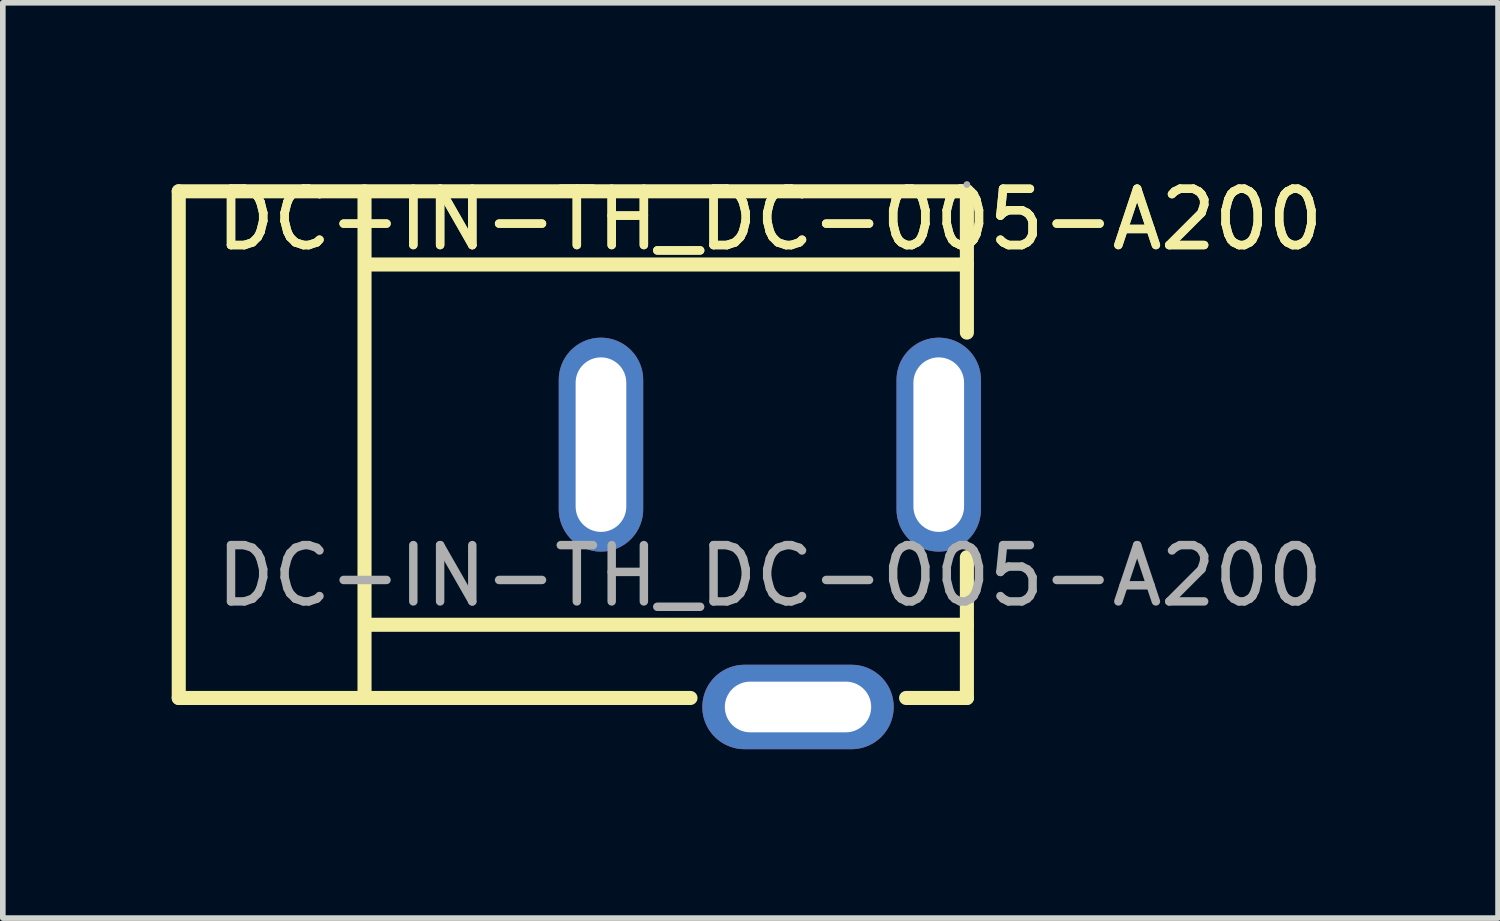
<source format=kicad_pcb>
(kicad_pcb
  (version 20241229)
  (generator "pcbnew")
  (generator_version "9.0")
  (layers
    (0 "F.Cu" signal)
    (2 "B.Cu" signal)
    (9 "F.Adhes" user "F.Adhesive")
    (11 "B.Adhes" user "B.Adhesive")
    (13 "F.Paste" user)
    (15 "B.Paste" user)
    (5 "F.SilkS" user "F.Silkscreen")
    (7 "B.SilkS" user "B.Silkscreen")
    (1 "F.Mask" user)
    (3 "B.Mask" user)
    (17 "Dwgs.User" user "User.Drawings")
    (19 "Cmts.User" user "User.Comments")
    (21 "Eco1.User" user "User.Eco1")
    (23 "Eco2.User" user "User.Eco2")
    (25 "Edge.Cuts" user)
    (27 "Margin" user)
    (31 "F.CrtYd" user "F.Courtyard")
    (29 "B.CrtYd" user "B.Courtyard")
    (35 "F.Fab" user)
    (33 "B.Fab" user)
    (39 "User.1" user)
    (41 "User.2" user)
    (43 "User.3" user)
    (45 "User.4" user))
  (footprint "DC-IN-TH_DC-005-A200"
    (layer "F.Cu")
    (at 10.625 7.178)
    (property "Reference" "DC-IN-TH_DC-005-A200" (at 0 -6.33 0) (layer "F.SilkS") (effects (font (size 1 1) (thickness 0.15))))
    (attr through_hole)
    (fp_line (start -10.5 -6.83) (end 3.5 -6.83) (stroke (width 0.25) (type solid)) (layer "F.SilkS"))
    (fp_line (start -10.5 2.17) (end -10.5 -6.83) (stroke (width 0.25) (type solid)) (layer "F.SilkS"))
    (fp_line (start -7.2 2.17) (end -7.2 -6.83) (stroke (width 0.25) (type solid)) (layer "F.SilkS"))
    (fp_line (start -7.12 -5.53) (end 3.5 -5.53) (stroke (width 0.25) (type solid)) (layer "F.SilkS"))
    (fp_line (start -7.12 0.87) (end 3.5 0.87) (stroke (width 0.25) (type solid)) (layer "F.SilkS"))
    (fp_line (start -1.41 2.17) (end -10.5 2.17) (stroke (width 0.25) (type solid)) (layer "F.SilkS"))
    (fp_line (start 3.5 -6.83) (end 3.5 -4.32) (stroke (width 0.25) (type solid)) (layer "F.SilkS"))
    (fp_line (start 3.5 -0.33) (end 3.5 2.17) (stroke (width 0.25) (type solid)) (layer "F.SilkS"))
    (fp_line (start 3.5 2.17) (end 2.42 2.17) (stroke (width 0.25) (type solid)) (layer "F.SilkS"))
    (fp_circle (center 3.5 -6.95) (end 3.53 -6.95) (stroke (width 0.06) (type solid)) (fill no) (layer "F.Fab"))
    (fp_text user "${REFERENCE}" (at 0 -6.33 0) (layer "F.SilkS") (effects (font (size 1 1) (thickness 0.15))))
    (fp_text user "${REFERENCE}" (at 0 0 0) (layer "F.Fab") (effects (font (size 1 1) (thickness 0.15))))
    (pad "1" thru_hole oval (at 3 -2.33) (size 1.5 3.8) (drill oval 0.9 3.1) (layers "*.Cu" "*.Mask"))
    (pad "2" thru_hole oval (at -3 -2.33 180) (size 1.5 3.8) (drill oval 0.9 3.1) (layers "*.Cu" "*.Mask"))
    (pad "3" thru_hole oval (at 0.5 2.33 270) (size 1.5 3.4) (drill oval 0.9 2.6) (layers "*.Cu" "*.Mask")))
  (gr_rect
    (start -3 -3)
    (end 23.56 13.258)
    (stroke (width 0.1) (type default))
    (fill no)
    (layer "Edge.Cuts")))
</source>
